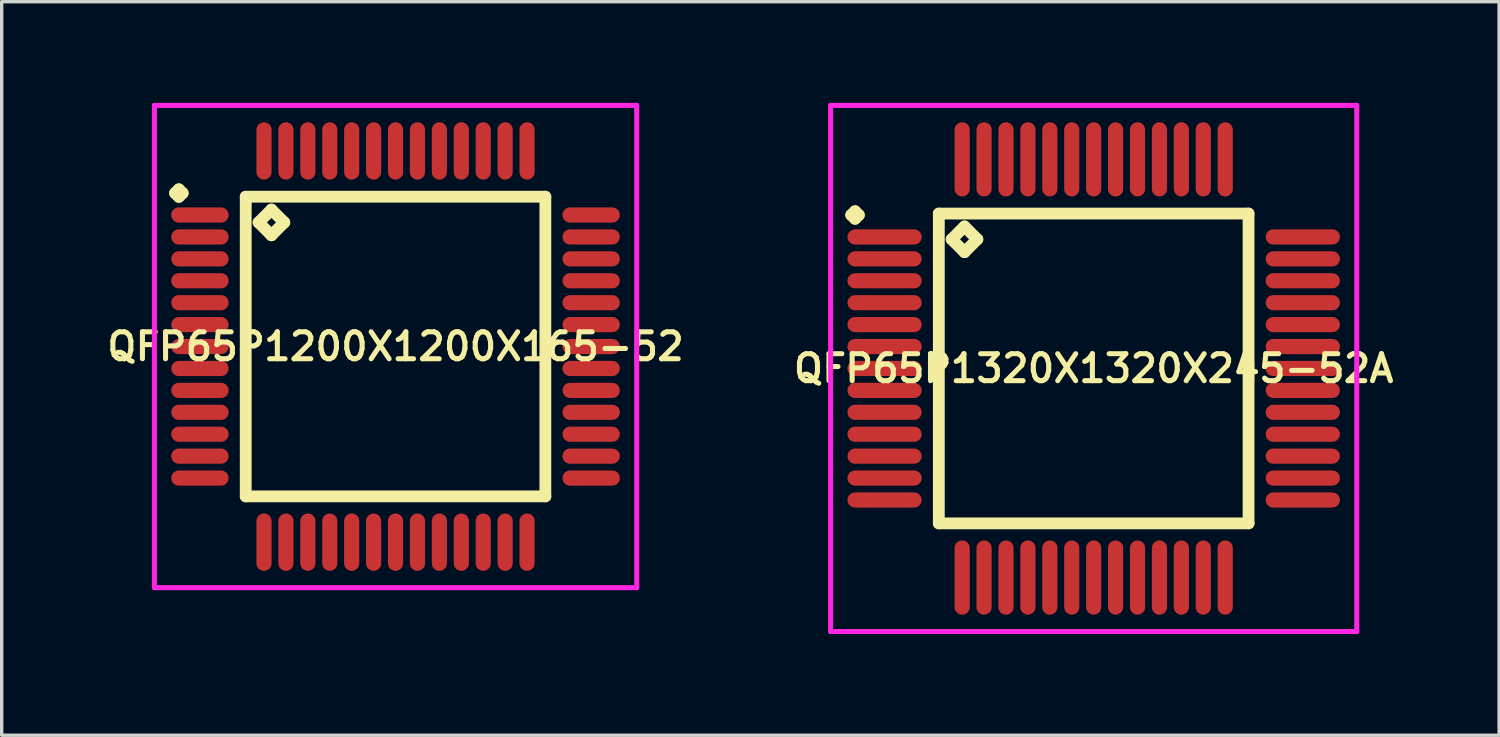
<source format=kicad_pcb>
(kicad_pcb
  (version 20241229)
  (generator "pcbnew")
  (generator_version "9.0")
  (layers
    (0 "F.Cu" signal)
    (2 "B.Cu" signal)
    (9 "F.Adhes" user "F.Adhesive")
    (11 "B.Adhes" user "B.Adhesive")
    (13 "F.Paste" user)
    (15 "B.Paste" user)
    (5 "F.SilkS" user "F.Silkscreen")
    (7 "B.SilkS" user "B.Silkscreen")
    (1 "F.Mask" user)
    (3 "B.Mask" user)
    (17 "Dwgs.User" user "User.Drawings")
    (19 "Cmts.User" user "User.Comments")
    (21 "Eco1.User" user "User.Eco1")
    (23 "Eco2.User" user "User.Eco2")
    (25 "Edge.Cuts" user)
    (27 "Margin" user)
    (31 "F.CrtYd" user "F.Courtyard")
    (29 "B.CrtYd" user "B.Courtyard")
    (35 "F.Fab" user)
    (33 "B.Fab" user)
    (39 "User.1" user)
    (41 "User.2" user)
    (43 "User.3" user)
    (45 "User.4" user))
  (footprint "QFP65P1320X1320X245-52A"
    (layer "F.Cu")
    (at 29.378 7.875)
    (property "Reference" "QFP65P1320X1320X245-52A" (at 0 0 0) (layer "F.SilkS") (effects (font (size 0.8 0.8) (thickness 0.15))))
    (attr smd)
    (fp_line (start -7.188 -4.55) (end -7.075 -4.662) (stroke (width 0.35) (type solid)) (layer "F.SilkS"))
    (fp_line (start -7.075 -4.662) (end -6.963 -4.55) (stroke (width 0.35) (type solid)) (layer "F.SilkS"))
    (fp_line (start -7.075 -4.438) (end -7.188 -4.55) (stroke (width 0.35) (type solid)) (layer "F.SilkS"))
    (fp_line (start -6.963 -4.55) (end -7.075 -4.438) (stroke (width 0.35) (type solid)) (layer "F.SilkS"))
    (fp_line (start -4.592 -4.592) (end -4.592 4.592) (stroke (width 0.35) (type solid)) (layer "F.SilkS"))
    (fp_line (start -4.592 4.592) (end 4.592 4.592) (stroke (width 0.35) (type solid)) (layer "F.SilkS"))
    (fp_line (start -4.211 -3.83) (end -3.83 -4.211) (stroke (width 0.35) (type solid)) (layer "F.SilkS"))
    (fp_line (start -3.83 -4.211) (end -3.449 -3.83) (stroke (width 0.35) (type solid)) (layer "F.SilkS"))
    (fp_line (start -3.83 -3.449) (end -4.211 -3.83) (stroke (width 0.35) (type solid)) (layer "F.SilkS"))
    (fp_line (start -3.449 -3.83) (end -3.83 -3.449) (stroke (width 0.35) (type solid)) (layer "F.SilkS"))
    (fp_line (start 4.592 -4.592) (end -4.592 -4.592) (stroke (width 0.35) (type solid)) (layer "F.SilkS"))
    (fp_line (start 4.592 4.592) (end 4.592 -4.592) (stroke (width 0.35) (type solid)) (layer "F.SilkS"))
    (fp_line (start -7.8 -7.8) (end 7.8 -7.8) (stroke (width 0.15) (type solid)) (layer "F.CrtYd"))
    (fp_line (start -7.8 7.8) (end -7.8 -7.8) (stroke (width 0.15) (type solid)) (layer "F.CrtYd"))
    (fp_line (start 7.8 -7.8) (end 7.8 7.8) (stroke (width 0.15) (type solid)) (layer "F.CrtYd"))
    (fp_line (start 7.8 7.8) (end -7.8 7.8) (stroke (width 0.15) (type solid)) (layer "F.CrtYd"))
    (pad "1" smd oval (at -6.2 -3.9) (size 2.2 0.45) (layers "F.Cu" "F.Mask" "F.Paste"))
    (pad "2" smd oval (at -6.2 -3.25) (size 2.2 0.45) (layers "F.Cu" "F.Mask" "F.Paste"))
    (pad "3" smd oval (at -6.2 -2.6) (size 2.2 0.45) (layers "F.Cu" "F.Mask" "F.Paste"))
    (pad "4" smd oval (at -6.2 -1.95) (size 2.2 0.45) (layers "F.Cu" "F.Mask" "F.Paste"))
    (pad "5" smd oval (at -6.2 -1.3) (size 2.2 0.45) (layers "F.Cu" "F.Mask" "F.Paste"))
    (pad "6" smd oval (at -6.2 -0.65) (size 2.2 0.45) (layers "F.Cu" "F.Mask" "F.Paste"))
    (pad "7" smd oval (at -6.2 0) (size 2.2 0.45) (layers "F.Cu" "F.Mask" "F.Paste"))
    (pad "8" smd oval (at -6.2 0.65) (size 2.2 0.45) (layers "F.Cu" "F.Mask" "F.Paste"))
    (pad "9" smd oval (at -6.2 1.3) (size 2.2 0.45) (layers "F.Cu" "F.Mask" "F.Paste"))
    (pad "10" smd oval (at -6.2 1.95) (size 2.2 0.45) (layers "F.Cu" "F.Mask" "F.Paste"))
    (pad "11" smd oval (at -6.2 2.6) (size 2.2 0.45) (layers "F.Cu" "F.Mask" "F.Paste"))
    (pad "12" smd oval (at -6.2 3.25) (size 2.2 0.45) (layers "F.Cu" "F.Mask" "F.Paste"))
    (pad "13" smd oval (at -6.2 3.9) (size 2.2 0.45) (layers "F.Cu" "F.Mask" "F.Paste"))
    (pad "14" smd oval (at -3.9 6.2) (size 0.45 2.2) (layers "F.Cu" "F.Mask" "F.Paste"))
    (pad "15" smd oval (at -3.25 6.2) (size 0.45 2.2) (layers "F.Cu" "F.Mask" "F.Paste"))
    (pad "16" smd oval (at -2.6 6.2) (size 0.45 2.2) (layers "F.Cu" "F.Mask" "F.Paste"))
    (pad "17" smd oval (at -1.95 6.2) (size 0.45 2.2) (layers "F.Cu" "F.Mask" "F.Paste"))
    (pad "18" smd oval (at -1.3 6.2) (size 0.45 2.2) (layers "F.Cu" "F.Mask" "F.Paste"))
    (pad "19" smd oval (at -0.65 6.2) (size 0.45 2.2) (layers "F.Cu" "F.Mask" "F.Paste"))
    (pad "20" smd oval (at 0 6.2) (size 0.45 2.2) (layers "F.Cu" "F.Mask" "F.Paste"))
    (pad "21" smd oval (at 0.65 6.2) (size 0.45 2.2) (layers "F.Cu" "F.Mask" "F.Paste"))
    (pad "22" smd oval (at 1.3 6.2) (size 0.45 2.2) (layers "F.Cu" "F.Mask" "F.Paste"))
    (pad "23" smd oval (at 1.95 6.2) (size 0.45 2.2) (layers "F.Cu" "F.Mask" "F.Paste"))
    (pad "24" smd oval (at 2.6 6.2) (size 0.45 2.2) (layers "F.Cu" "F.Mask" "F.Paste"))
    (pad "25" smd oval (at 3.25 6.2) (size 0.45 2.2) (layers "F.Cu" "F.Mask" "F.Paste"))
    (pad "26" smd oval (at 3.9 6.2) (size 0.45 2.2) (layers "F.Cu" "F.Mask" "F.Paste"))
    (pad "27" smd oval (at 6.2 3.9) (size 2.2 0.45) (layers "F.Cu" "F.Mask" "F.Paste"))
    (pad "28" smd oval (at 6.2 3.25) (size 2.2 0.45) (layers "F.Cu" "F.Mask" "F.Paste"))
    (pad "29" smd oval (at 6.2 2.6) (size 2.2 0.45) (layers "F.Cu" "F.Mask" "F.Paste"))
    (pad "30" smd oval (at 6.2 1.95) (size 2.2 0.45) (layers "F.Cu" "F.Mask" "F.Paste"))
    (pad "31" smd oval (at 6.2 1.3) (size 2.2 0.45) (layers "F.Cu" "F.Mask" "F.Paste"))
    (pad "32" smd oval (at 6.2 0.65) (size 2.2 0.45) (layers "F.Cu" "F.Mask" "F.Paste"))
    (pad "33" smd oval (at 6.2 0) (size 2.2 0.45) (layers "F.Cu" "F.Mask" "F.Paste"))
    (pad "34" smd oval (at 6.2 -0.65) (size 2.2 0.45) (layers "F.Cu" "F.Mask" "F.Paste"))
    (pad "35" smd oval (at 6.2 -1.3) (size 2.2 0.45) (layers "F.Cu" "F.Mask" "F.Paste"))
    (pad "36" smd oval (at 6.2 -1.95) (size 2.2 0.45) (layers "F.Cu" "F.Mask" "F.Paste"))
    (pad "37" smd oval (at 6.2 -2.6) (size 2.2 0.45) (layers "F.Cu" "F.Mask" "F.Paste"))
    (pad "38" smd oval (at 6.2 -3.25) (size 2.2 0.45) (layers "F.Cu" "F.Mask" "F.Paste"))
    (pad "39" smd oval (at 6.2 -3.9) (size 2.2 0.45) (layers "F.Cu" "F.Mask" "F.Paste"))
    (pad "40" smd oval (at 3.9 -6.2) (size 0.45 2.2) (layers "F.Cu" "F.Mask" "F.Paste"))
    (pad "41" smd oval (at 3.25 -6.2) (size 0.45 2.2) (layers "F.Cu" "F.Mask" "F.Paste"))
    (pad "42" smd oval (at 2.6 -6.2) (size 0.45 2.2) (layers "F.Cu" "F.Mask" "F.Paste"))
    (pad "43" smd oval (at 1.95 -6.2) (size 0.45 2.2) (layers "F.Cu" "F.Mask" "F.Paste"))
    (pad "44" smd oval (at 1.3 -6.2) (size 0.45 2.2) (layers "F.Cu" "F.Mask" "F.Paste"))
    (pad "45" smd oval (at 0.65 -6.2) (size 0.45 2.2) (layers "F.Cu" "F.Mask" "F.Paste"))
    (pad "46" smd oval (at 0 -6.2) (size 0.45 2.2) (layers "F.Cu" "F.Mask" "F.Paste"))
    (pad "47" smd oval (at -0.65 -6.2) (size 0.45 2.2) (layers "F.Cu" "F.Mask" "F.Paste"))
    (pad "48" smd oval (at -1.3 -6.2) (size 0.45 2.2) (layers "F.Cu" "F.Mask" "F.Paste"))
    (pad "49" smd oval (at -1.95 -6.2) (size 0.45 2.2) (layers "F.Cu" "F.Mask" "F.Paste"))
    (pad "50" smd oval (at -2.6 -6.2) (size 0.45 2.2) (layers "F.Cu" "F.Mask" "F.Paste"))
    (pad "51" smd oval (at -3.25 -6.2) (size 0.45 2.2) (layers "F.Cu" "F.Mask" "F.Paste"))
    (pad "52" smd oval (at -3.9 -6.2) (size 0.45 2.2) (layers "F.Cu" "F.Mask" "F.Paste")))
  (footprint "QFP65P1200X1200X165-52"
    (layer "F.Cu")
    (at 8.678 7.225)
    (property "Reference" "QFP65P1200X1200X165-52" (at 0 0 0) (layer "F.SilkS") (effects (font (size 0.8 0.8) (thickness 0.15))))
    (attr through_hole)
    (fp_line (start -6.537 -4.55) (end -6.425 -4.662) (stroke (width 0.35) (type solid)) (layer "F.SilkS"))
    (fp_line (start -6.425 -4.662) (end -6.312 -4.55) (stroke (width 0.35) (type solid)) (layer "F.SilkS"))
    (fp_line (start -6.425 -4.438) (end -6.537 -4.55) (stroke (width 0.35) (type solid)) (layer "F.SilkS"))
    (fp_line (start -6.312 -4.55) (end -6.425 -4.438) (stroke (width 0.35) (type solid)) (layer "F.SilkS"))
    (fp_line (start -4.442 -4.442) (end -4.442 4.442) (stroke (width 0.35) (type solid)) (layer "F.SilkS"))
    (fp_line (start -4.442 4.442) (end 4.442 4.442) (stroke (width 0.35) (type solid)) (layer "F.SilkS"))
    (fp_line (start -4.061 -3.68) (end -3.68 -4.061) (stroke (width 0.35) (type solid)) (layer "F.SilkS"))
    (fp_line (start -3.68 -4.061) (end -3.299 -3.68) (stroke (width 0.35) (type solid)) (layer "F.SilkS"))
    (fp_line (start -3.68 -3.299) (end -4.061 -3.68) (stroke (width 0.35) (type solid)) (layer "F.SilkS"))
    (fp_line (start -3.299 -3.68) (end -3.68 -3.299) (stroke (width 0.35) (type solid)) (layer "F.SilkS"))
    (fp_line (start 4.442 -4.442) (end -4.442 -4.442) (stroke (width 0.35) (type solid)) (layer "F.SilkS"))
    (fp_line (start 4.442 4.442) (end 4.442 -4.442) (stroke (width 0.35) (type solid)) (layer "F.SilkS"))
    (fp_line (start -7.15 -7.15) (end 7.15 -7.15) (stroke (width 0.15) (type solid)) (layer "F.CrtYd"))
    (fp_line (start -7.15 7.15) (end -7.15 -7.15) (stroke (width 0.15) (type solid)) (layer "F.CrtYd"))
    (fp_line (start 7.15 -7.15) (end 7.15 7.15) (stroke (width 0.15) (type solid)) (layer "F.CrtYd"))
    (fp_line (start 7.15 7.15) (end -7.15 7.15) (stroke (width 0.15) (type solid)) (layer "F.CrtYd"))
    (pad "1" smd oval (at -5.8 -3.9) (size 1.7 0.45) (layers "F.Cu" "F.Mask" "F.Paste"))
    (pad "2" smd oval (at -5.8 -3.25) (size 1.7 0.45) (layers "F.Cu" "F.Mask" "F.Paste"))
    (pad "3" smd oval (at -5.8 -2.6) (size 1.7 0.45) (layers "F.Cu" "F.Mask" "F.Paste"))
    (pad "4" smd oval (at -5.8 -1.95) (size 1.7 0.45) (layers "F.Cu" "F.Mask" "F.Paste"))
    (pad "5" smd oval (at -5.8 -1.3) (size 1.7 0.45) (layers "F.Cu" "F.Mask" "F.Paste"))
    (pad "6" smd oval (at -5.8 -0.65) (size 1.7 0.45) (layers "F.Cu" "F.Mask" "F.Paste"))
    (pad "7" smd oval (at -5.8 0) (size 1.7 0.45) (layers "F.Cu" "F.Mask" "F.Paste"))
    (pad "8" smd oval (at -5.8 0.65) (size 1.7 0.45) (layers "F.Cu" "F.Mask" "F.Paste"))
    (pad "9" smd oval (at -5.8 1.3) (size 1.7 0.45) (layers "F.Cu" "F.Mask" "F.Paste"))
    (pad "10" smd oval (at -5.8 1.95) (size 1.7 0.45) (layers "F.Cu" "F.Mask" "F.Paste"))
    (pad "11" smd oval (at -5.8 2.6) (size 1.7 0.45) (layers "F.Cu" "F.Mask" "F.Paste"))
    (pad "12" smd oval (at -5.8 3.25) (size 1.7 0.45) (layers "F.Cu" "F.Mask" "F.Paste"))
    (pad "13" smd oval (at -5.8 3.9) (size 1.7 0.45) (layers "F.Cu" "F.Mask" "F.Paste"))
    (pad "14" smd oval (at -3.9 5.8) (size 0.45 1.7) (layers "F.Cu" "F.Mask" "F.Paste"))
    (pad "15" smd oval (at -3.25 5.8) (size 0.45 1.7) (layers "F.Cu" "F.Mask" "F.Paste"))
    (pad "16" smd oval (at -2.6 5.8) (size 0.45 1.7) (layers "F.Cu" "F.Mask" "F.Paste"))
    (pad "17" smd oval (at -1.95 5.8) (size 0.45 1.7) (layers "F.Cu" "F.Mask" "F.Paste"))
    (pad "18" smd oval (at -1.3 5.8) (size 0.45 1.7) (layers "F.Cu" "F.Mask" "F.Paste"))
    (pad "19" smd oval (at -0.65 5.8) (size 0.45 1.7) (layers "F.Cu" "F.Mask" "F.Paste"))
    (pad "20" smd oval (at 0 5.8) (size 0.45 1.7) (layers "F.Cu" "F.Mask" "F.Paste"))
    (pad "21" smd oval (at 0.65 5.8) (size 0.45 1.7) (layers "F.Cu" "F.Mask" "F.Paste"))
    (pad "22" smd oval (at 1.3 5.8) (size 0.45 1.7) (layers "F.Cu" "F.Mask" "F.Paste"))
    (pad "23" smd oval (at 1.95 5.8) (size 0.45 1.7) (layers "F.Cu" "F.Mask" "F.Paste"))
    (pad "24" smd oval (at 2.6 5.8) (size 0.45 1.7) (layers "F.Cu" "F.Mask" "F.Paste"))
    (pad "25" smd oval (at 3.25 5.8) (size 0.45 1.7) (layers "F.Cu" "F.Mask" "F.Paste"))
    (pad "26" smd oval (at 3.9 5.8) (size 0.45 1.7) (layers "F.Cu" "F.Mask" "F.Paste"))
    (pad "27" smd oval (at 5.8 3.9) (size 1.7 0.45) (layers "F.Cu" "F.Mask" "F.Paste"))
    (pad "28" smd oval (at 5.8 3.25) (size 1.7 0.45) (layers "F.Cu" "F.Mask" "F.Paste"))
    (pad "29" smd oval (at 5.8 2.6) (size 1.7 0.45) (layers "F.Cu" "F.Mask" "F.Paste"))
    (pad "30" smd oval (at 5.8 1.95) (size 1.7 0.45) (layers "F.Cu" "F.Mask" "F.Paste"))
    (pad "31" smd oval (at 5.8 1.3) (size 1.7 0.45) (layers "F.Cu" "F.Mask" "F.Paste"))
    (pad "32" smd oval (at 5.8 0.65) (size 1.7 0.45) (layers "F.Cu" "F.Mask" "F.Paste"))
    (pad "33" smd oval (at 5.8 0) (size 1.7 0.45) (layers "F.Cu" "F.Mask" "F.Paste"))
    (pad "34" smd oval (at 5.8 -0.65) (size 1.7 0.45) (layers "F.Cu" "F.Mask" "F.Paste"))
    (pad "35" smd oval (at 5.8 -1.3) (size 1.7 0.45) (layers "F.Cu" "F.Mask" "F.Paste"))
    (pad "36" smd oval (at 5.8 -1.95) (size 1.7 0.45) (layers "F.Cu" "F.Mask" "F.Paste"))
    (pad "37" smd oval (at 5.8 -2.6) (size 1.7 0.45) (layers "F.Cu" "F.Mask" "F.Paste"))
    (pad "38" smd oval (at 5.8 -3.25) (size 1.7 0.45) (layers "F.Cu" "F.Mask" "F.Paste"))
    (pad "39" smd oval (at 5.8 -3.9) (size 1.7 0.45) (layers "F.Cu" "F.Mask" "F.Paste"))
    (pad "40" smd oval (at 3.9 -5.8) (size 0.45 1.7) (layers "F.Cu" "F.Mask" "F.Paste"))
    (pad "41" smd oval (at 3.25 -5.8) (size 0.45 1.7) (layers "F.Cu" "F.Mask" "F.Paste"))
    (pad "42" smd oval (at 2.6 -5.8) (size 0.45 1.7) (layers "F.Cu" "F.Mask" "F.Paste"))
    (pad "43" smd oval (at 1.95 -5.8) (size 0.45 1.7) (layers "F.Cu" "F.Mask" "F.Paste"))
    (pad "44" smd oval (at 1.3 -5.8) (size 0.45 1.7) (layers "F.Cu" "F.Mask" "F.Paste"))
    (pad "45" smd oval (at 0.65 -5.8) (size 0.45 1.7) (layers "F.Cu" "F.Mask" "F.Paste"))
    (pad "46" smd oval (at 0 -5.8) (size 0.45 1.7) (layers "F.Cu" "F.Mask" "F.Paste"))
    (pad "47" smd oval (at -0.65 -5.8) (size 0.45 1.7) (layers "F.Cu" "F.Mask" "F.Paste"))
    (pad "48" smd oval (at -1.3 -5.8) (size 0.45 1.7) (layers "F.Cu" "F.Mask" "F.Paste"))
    (pad "49" smd oval (at -1.95 -5.8) (size 0.45 1.7) (layers "F.Cu" "F.Mask" "F.Paste"))
    (pad "50" smd oval (at -2.6 -5.8) (size 0.45 1.7) (layers "F.Cu" "F.Mask" "F.Paste"))
    (pad "51" smd oval (at -3.25 -5.8) (size 0.45 1.7) (layers "F.Cu" "F.Mask" "F.Paste"))
    (pad "52" smd oval (at -3.9 -5.8) (size 0.45 1.7) (layers "F.Cu" "F.Mask" "F.Paste")))
  (gr_rect
    (start -3 -3)
    (end 41.399 18.75)
    (stroke (width 0.1) (type default))
    (fill no)
    (layer "Edge.Cuts")))
</source>
